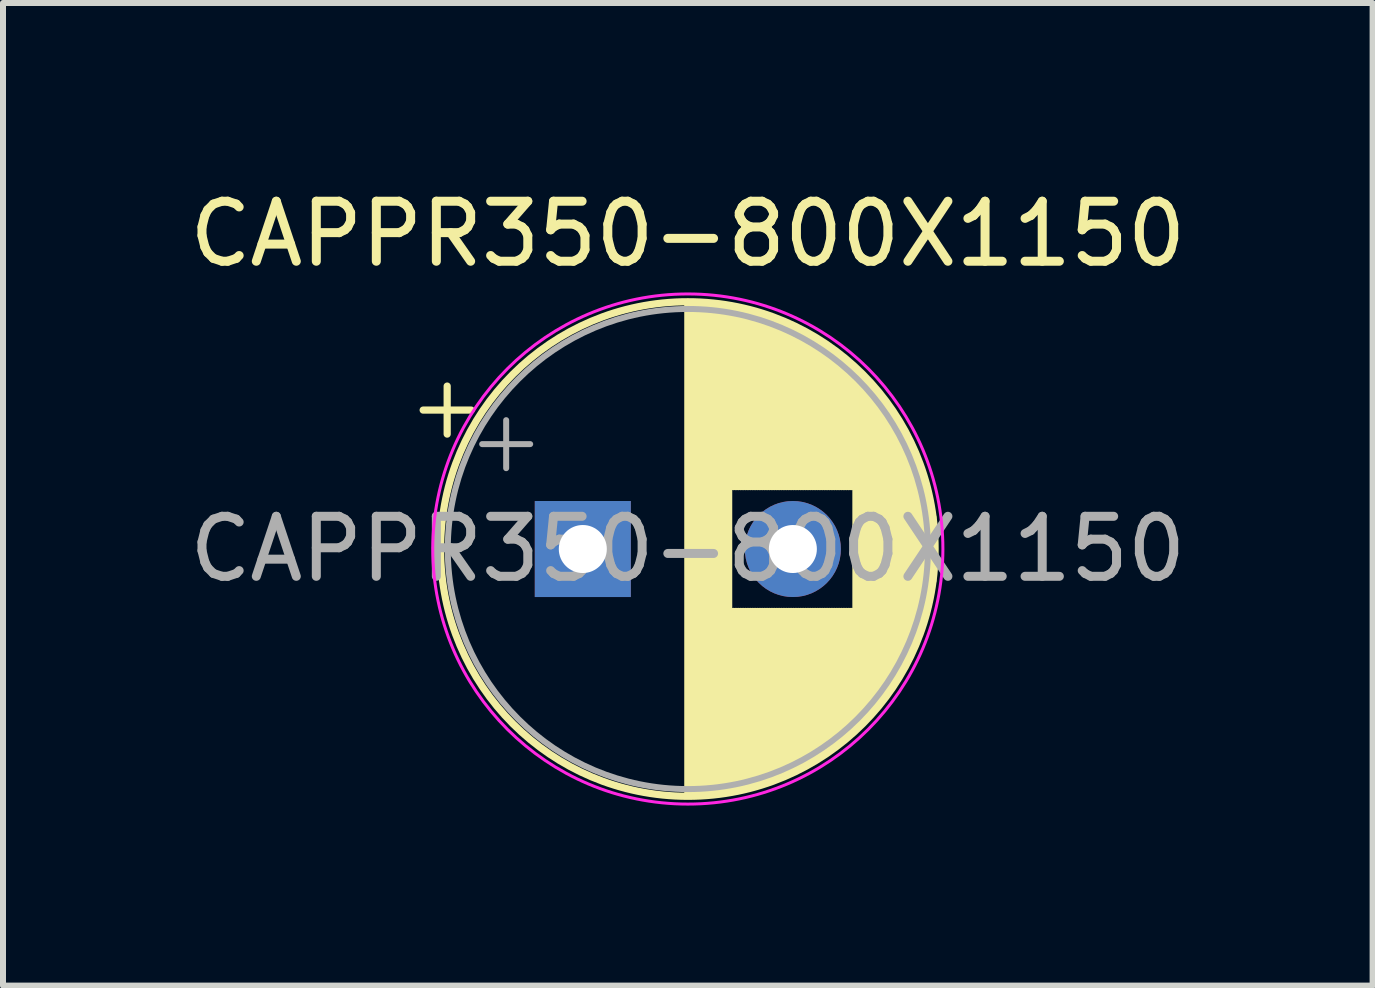
<source format=kicad_pcb>
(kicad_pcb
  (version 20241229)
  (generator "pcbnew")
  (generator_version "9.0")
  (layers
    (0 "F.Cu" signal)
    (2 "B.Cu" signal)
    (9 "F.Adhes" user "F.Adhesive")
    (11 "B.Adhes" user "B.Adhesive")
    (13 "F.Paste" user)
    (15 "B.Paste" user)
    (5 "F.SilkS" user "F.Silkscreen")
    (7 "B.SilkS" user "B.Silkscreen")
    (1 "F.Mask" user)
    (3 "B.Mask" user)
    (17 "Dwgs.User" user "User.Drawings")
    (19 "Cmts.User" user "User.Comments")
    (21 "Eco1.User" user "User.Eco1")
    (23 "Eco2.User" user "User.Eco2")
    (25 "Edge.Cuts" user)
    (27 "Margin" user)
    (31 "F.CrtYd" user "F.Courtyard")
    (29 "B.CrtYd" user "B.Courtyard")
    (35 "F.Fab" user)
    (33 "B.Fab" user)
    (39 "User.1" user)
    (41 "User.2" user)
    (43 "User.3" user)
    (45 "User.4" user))
  (footprint "CAPPR350-800X1150"
    (layer "F.Cu")
    (at 6.661 6.098)
    (property "Reference" "CAPPR350-800X1150" (at 1.75 -5.25 0) (layer "F.SilkS") (effects (font (size 1 1) (thickness 0.15))))
    (attr through_hole)
    (fp_line (start -2.66 -2.315) (end -1.86 -2.315) (stroke (width 0.12) (type solid)) (layer "F.SilkS"))
    (fp_line (start -2.26 -2.715) (end -2.26 -1.915) (stroke (width 0.12) (type solid)) (layer "F.SilkS"))
    (fp_line (start 1.75 -4.08) (end 1.75 4.08) (stroke (width 0.12) (type solid)) (layer "F.SilkS"))
    (fp_line (start 1.79 -4.08) (end 1.79 4.08) (stroke (width 0.12) (type solid)) (layer "F.SilkS"))
    (fp_line (start 1.83 -4.08) (end 1.83 4.08) (stroke (width 0.12) (type solid)) (layer "F.SilkS"))
    (fp_line (start 1.87 -4.079) (end 1.87 4.079) (stroke (width 0.12) (type solid)) (layer "F.SilkS"))
    (fp_line (start 1.91 -4.077) (end 1.91 4.077) (stroke (width 0.12) (type solid)) (layer "F.SilkS"))
    (fp_line (start 1.95 -4.076) (end 1.95 4.076) (stroke (width 0.12) (type solid)) (layer "F.SilkS"))
    (fp_line (start 1.99 -4.074) (end 1.99 4.074) (stroke (width 0.12) (type solid)) (layer "F.SilkS"))
    (fp_line (start 2.03 -4.071) (end 2.03 4.071) (stroke (width 0.12) (type solid)) (layer "F.SilkS"))
    (fp_line (start 2.07 -4.068) (end 2.07 4.068) (stroke (width 0.12) (type solid)) (layer "F.SilkS"))
    (fp_line (start 2.11 -4.065) (end 2.11 4.065) (stroke (width 0.12) (type solid)) (layer "F.SilkS"))
    (fp_line (start 2.15 -4.061) (end 2.15 4.061) (stroke (width 0.12) (type solid)) (layer "F.SilkS"))
    (fp_line (start 2.19 -4.057) (end 2.19 4.057) (stroke (width 0.12) (type solid)) (layer "F.SilkS"))
    (fp_line (start 2.23 -4.052) (end 2.23 4.052) (stroke (width 0.12) (type solid)) (layer "F.SilkS"))
    (fp_line (start 2.27 -4.048) (end 2.27 4.048) (stroke (width 0.12) (type solid)) (layer "F.SilkS"))
    (fp_line (start 2.31 -4.042) (end 2.31 4.042) (stroke (width 0.12) (type solid)) (layer "F.SilkS"))
    (fp_line (start 2.35 -4.037) (end 2.35 4.037) (stroke (width 0.12) (type solid)) (layer "F.SilkS"))
    (fp_line (start 2.39 -4.03) (end 2.39 4.03) (stroke (width 0.12) (type solid)) (layer "F.SilkS"))
    (fp_line (start 2.43 -4.024) (end 2.43 4.024) (stroke (width 0.12) (type solid)) (layer "F.SilkS"))
    (fp_line (start 2.471 -4.017) (end 2.471 -1.04) (stroke (width 0.12) (type solid)) (layer "F.SilkS"))
    (fp_line (start 2.471 1.04) (end 2.471 4.017) (stroke (width 0.12) (type solid)) (layer "F.SilkS"))
    (fp_line (start 2.511 -4.01) (end 2.511 -1.04) (stroke (width 0.12) (type solid)) (layer "F.SilkS"))
    (fp_line (start 2.511 1.04) (end 2.511 4.01) (stroke (width 0.12) (type solid)) (layer "F.SilkS"))
    (fp_line (start 2.551 -4.002) (end 2.551 -1.04) (stroke (width 0.12) (type solid)) (layer "F.SilkS"))
    (fp_line (start 2.551 1.04) (end 2.551 4.002) (stroke (width 0.12) (type solid)) (layer "F.SilkS"))
    (fp_line (start 2.591 -3.994) (end 2.591 -1.04) (stroke (width 0.12) (type solid)) (layer "F.SilkS"))
    (fp_line (start 2.591 1.04) (end 2.591 3.994) (stroke (width 0.12) (type solid)) (layer "F.SilkS"))
    (fp_line (start 2.631 -3.985) (end 2.631 -1.04) (stroke (width 0.12) (type solid)) (layer "F.SilkS"))
    (fp_line (start 2.631 1.04) (end 2.631 3.985) (stroke (width 0.12) (type solid)) (layer "F.SilkS"))
    (fp_line (start 2.671 -3.976) (end 2.671 -1.04) (stroke (width 0.12) (type solid)) (layer "F.SilkS"))
    (fp_line (start 2.671 1.04) (end 2.671 3.976) (stroke (width 0.12) (type solid)) (layer "F.SilkS"))
    (fp_line (start 2.711 -3.967) (end 2.711 -1.04) (stroke (width 0.12) (type solid)) (layer "F.SilkS"))
    (fp_line (start 2.711 1.04) (end 2.711 3.967) (stroke (width 0.12) (type solid)) (layer "F.SilkS"))
    (fp_line (start 2.751 -3.957) (end 2.751 -1.04) (stroke (width 0.12) (type solid)) (layer "F.SilkS"))
    (fp_line (start 2.751 1.04) (end 2.751 3.957) (stroke (width 0.12) (type solid)) (layer "F.SilkS"))
    (fp_line (start 2.791 -3.947) (end 2.791 -1.04) (stroke (width 0.12) (type solid)) (layer "F.SilkS"))
    (fp_line (start 2.791 1.04) (end 2.791 3.947) (stroke (width 0.12) (type solid)) (layer "F.SilkS"))
    (fp_line (start 2.831 -3.936) (end 2.831 -1.04) (stroke (width 0.12) (type solid)) (layer "F.SilkS"))
    (fp_line (start 2.831 1.04) (end 2.831 3.936) (stroke (width 0.12) (type solid)) (layer "F.SilkS"))
    (fp_line (start 2.871 -3.925) (end 2.871 -1.04) (stroke (width 0.12) (type solid)) (layer "F.SilkS"))
    (fp_line (start 2.871 1.04) (end 2.871 3.925) (stroke (width 0.12) (type solid)) (layer "F.SilkS"))
    (fp_line (start 2.911 -3.914) (end 2.911 -1.04) (stroke (width 0.12) (type solid)) (layer "F.SilkS"))
    (fp_line (start 2.911 1.04) (end 2.911 3.914) (stroke (width 0.12) (type solid)) (layer "F.SilkS"))
    (fp_line (start 2.951 -3.902) (end 2.951 -1.04) (stroke (width 0.12) (type solid)) (layer "F.SilkS"))
    (fp_line (start 2.951 1.04) (end 2.951 3.902) (stroke (width 0.12) (type solid)) (layer "F.SilkS"))
    (fp_line (start 2.991 -3.889) (end 2.991 -1.04) (stroke (width 0.12) (type solid)) (layer "F.SilkS"))
    (fp_line (start 2.991 1.04) (end 2.991 3.889) (stroke (width 0.12) (type solid)) (layer "F.SilkS"))
    (fp_line (start 3.031 -3.877) (end 3.031 -1.04) (stroke (width 0.12) (type solid)) (layer "F.SilkS"))
    (fp_line (start 3.031 1.04) (end 3.031 3.877) (stroke (width 0.12) (type solid)) (layer "F.SilkS"))
    (fp_line (start 3.071 -3.863) (end 3.071 -1.04) (stroke (width 0.12) (type solid)) (layer "F.SilkS"))
    (fp_line (start 3.071 1.04) (end 3.071 3.863) (stroke (width 0.12) (type solid)) (layer "F.SilkS"))
    (fp_line (start 3.111 -3.85) (end 3.111 -1.04) (stroke (width 0.12) (type solid)) (layer "F.SilkS"))
    (fp_line (start 3.111 1.04) (end 3.111 3.85) (stroke (width 0.12) (type solid)) (layer "F.SilkS"))
    (fp_line (start 3.151 -3.835) (end 3.151 -1.04) (stroke (width 0.12) (type solid)) (layer "F.SilkS"))
    (fp_line (start 3.151 1.04) (end 3.151 3.835) (stroke (width 0.12) (type solid)) (layer "F.SilkS"))
    (fp_line (start 3.191 -3.821) (end 3.191 -1.04) (stroke (width 0.12) (type solid)) (layer "F.SilkS"))
    (fp_line (start 3.191 1.04) (end 3.191 3.821) (stroke (width 0.12) (type solid)) (layer "F.SilkS"))
    (fp_line (start 3.231 -3.805) (end 3.231 -1.04) (stroke (width 0.12) (type solid)) (layer "F.SilkS"))
    (fp_line (start 3.231 1.04) (end 3.231 3.805) (stroke (width 0.12) (type solid)) (layer "F.SilkS"))
    (fp_line (start 3.271 -3.79) (end 3.271 -1.04) (stroke (width 0.12) (type solid)) (layer "F.SilkS"))
    (fp_line (start 3.271 1.04) (end 3.271 3.79) (stroke (width 0.12) (type solid)) (layer "F.SilkS"))
    (fp_line (start 3.311 -3.774) (end 3.311 -1.04) (stroke (width 0.12) (type solid)) (layer "F.SilkS"))
    (fp_line (start 3.311 1.04) (end 3.311 3.774) (stroke (width 0.12) (type solid)) (layer "F.SilkS"))
    (fp_line (start 3.351 -3.757) (end 3.351 -1.04) (stroke (width 0.12) (type solid)) (layer "F.SilkS"))
    (fp_line (start 3.351 1.04) (end 3.351 3.757) (stroke (width 0.12) (type solid)) (layer "F.SilkS"))
    (fp_line (start 3.391 -3.74) (end 3.391 -1.04) (stroke (width 0.12) (type solid)) (layer "F.SilkS"))
    (fp_line (start 3.391 1.04) (end 3.391 3.74) (stroke (width 0.12) (type solid)) (layer "F.SilkS"))
    (fp_line (start 3.431 -3.722) (end 3.431 -1.04) (stroke (width 0.12) (type solid)) (layer "F.SilkS"))
    (fp_line (start 3.431 1.04) (end 3.431 3.722) (stroke (width 0.12) (type solid)) (layer "F.SilkS"))
    (fp_line (start 3.471 -3.704) (end 3.471 -1.04) (stroke (width 0.12) (type solid)) (layer "F.SilkS"))
    (fp_line (start 3.471 1.04) (end 3.471 3.704) (stroke (width 0.12) (type solid)) (layer "F.SilkS"))
    (fp_line (start 3.511 -3.686) (end 3.511 -1.04) (stroke (width 0.12) (type solid)) (layer "F.SilkS"))
    (fp_line (start 3.511 1.04) (end 3.511 3.686) (stroke (width 0.12) (type solid)) (layer "F.SilkS"))
    (fp_line (start 3.551 -3.666) (end 3.551 -1.04) (stroke (width 0.12) (type solid)) (layer "F.SilkS"))
    (fp_line (start 3.551 1.04) (end 3.551 3.666) (stroke (width 0.12) (type solid)) (layer "F.SilkS"))
    (fp_line (start 3.591 -3.647) (end 3.591 -1.04) (stroke (width 0.12) (type solid)) (layer "F.SilkS"))
    (fp_line (start 3.591 1.04) (end 3.591 3.647) (stroke (width 0.12) (type solid)) (layer "F.SilkS"))
    (fp_line (start 3.631 -3.627) (end 3.631 -1.04) (stroke (width 0.12) (type solid)) (layer "F.SilkS"))
    (fp_line (start 3.631 1.04) (end 3.631 3.627) (stroke (width 0.12) (type solid)) (layer "F.SilkS"))
    (fp_line (start 3.671 -3.606) (end 3.671 -1.04) (stroke (width 0.12) (type solid)) (layer "F.SilkS"))
    (fp_line (start 3.671 1.04) (end 3.671 3.606) (stroke (width 0.12) (type solid)) (layer "F.SilkS"))
    (fp_line (start 3.711 -3.584) (end 3.711 -1.04) (stroke (width 0.12) (type solid)) (layer "F.SilkS"))
    (fp_line (start 3.711 1.04) (end 3.711 3.584) (stroke (width 0.12) (type solid)) (layer "F.SilkS"))
    (fp_line (start 3.751 -3.562) (end 3.751 -1.04) (stroke (width 0.12) (type solid)) (layer "F.SilkS"))
    (fp_line (start 3.751 1.04) (end 3.751 3.562) (stroke (width 0.12) (type solid)) (layer "F.SilkS"))
    (fp_line (start 3.791 -3.54) (end 3.791 -1.04) (stroke (width 0.12) (type solid)) (layer "F.SilkS"))
    (fp_line (start 3.791 1.04) (end 3.791 3.54) (stroke (width 0.12) (type solid)) (layer "F.SilkS"))
    (fp_line (start 3.831 -3.517) (end 3.831 -1.04) (stroke (width 0.12) (type solid)) (layer "F.SilkS"))
    (fp_line (start 3.831 1.04) (end 3.831 3.517) (stroke (width 0.12) (type solid)) (layer "F.SilkS"))
    (fp_line (start 3.871 -3.493) (end 3.871 -1.04) (stroke (width 0.12) (type solid)) (layer "F.SilkS"))
    (fp_line (start 3.871 1.04) (end 3.871 3.493) (stroke (width 0.12) (type solid)) (layer "F.SilkS"))
    (fp_line (start 3.911 -3.469) (end 3.911 -1.04) (stroke (width 0.12) (type solid)) (layer "F.SilkS"))
    (fp_line (start 3.911 1.04) (end 3.911 3.469) (stroke (width 0.12) (type solid)) (layer "F.SilkS"))
    (fp_line (start 3.951 -3.444) (end 3.951 -1.04) (stroke (width 0.12) (type solid)) (layer "F.SilkS"))
    (fp_line (start 3.951 1.04) (end 3.951 3.444) (stroke (width 0.12) (type solid)) (layer "F.SilkS"))
    (fp_line (start 3.991 -3.418) (end 3.991 -1.04) (stroke (width 0.12) (type solid)) (layer "F.SilkS"))
    (fp_line (start 3.991 1.04) (end 3.991 3.418) (stroke (width 0.12) (type solid)) (layer "F.SilkS"))
    (fp_line (start 4.031 -3.392) (end 4.031 -1.04) (stroke (width 0.12) (type solid)) (layer "F.SilkS"))
    (fp_line (start 4.031 1.04) (end 4.031 3.392) (stroke (width 0.12) (type solid)) (layer "F.SilkS"))
    (fp_line (start 4.071 -3.365) (end 4.071 -1.04) (stroke (width 0.12) (type solid)) (layer "F.SilkS"))
    (fp_line (start 4.071 1.04) (end 4.071 3.365) (stroke (width 0.12) (type solid)) (layer "F.SilkS"))
    (fp_line (start 4.111 -3.338) (end 4.111 -1.04) (stroke (width 0.12) (type solid)) (layer "F.SilkS"))
    (fp_line (start 4.111 1.04) (end 4.111 3.338) (stroke (width 0.12) (type solid)) (layer "F.SilkS"))
    (fp_line (start 4.151 -3.309) (end 4.151 -1.04) (stroke (width 0.12) (type solid)) (layer "F.SilkS"))
    (fp_line (start 4.151 1.04) (end 4.151 3.309) (stroke (width 0.12) (type solid)) (layer "F.SilkS"))
    (fp_line (start 4.191 -3.28) (end 4.191 -1.04) (stroke (width 0.12) (type solid)) (layer "F.SilkS"))
    (fp_line (start 4.191 1.04) (end 4.191 3.28) (stroke (width 0.12) (type solid)) (layer "F.SilkS"))
    (fp_line (start 4.231 -3.25) (end 4.231 -1.04) (stroke (width 0.12) (type solid)) (layer "F.SilkS"))
    (fp_line (start 4.231 1.04) (end 4.231 3.25) (stroke (width 0.12) (type solid)) (layer "F.SilkS"))
    (fp_line (start 4.271 -3.22) (end 4.271 -1.04) (stroke (width 0.12) (type solid)) (layer "F.SilkS"))
    (fp_line (start 4.271 1.04) (end 4.271 3.22) (stroke (width 0.12) (type solid)) (layer "F.SilkS"))
    (fp_line (start 4.311 -3.189) (end 4.311 -1.04) (stroke (width 0.12) (type solid)) (layer "F.SilkS"))
    (fp_line (start 4.311 1.04) (end 4.311 3.189) (stroke (width 0.12) (type solid)) (layer "F.SilkS"))
    (fp_line (start 4.351 -3.156) (end 4.351 -1.04) (stroke (width 0.12) (type solid)) (layer "F.SilkS"))
    (fp_line (start 4.351 1.04) (end 4.351 3.156) (stroke (width 0.12) (type solid)) (layer "F.SilkS"))
    (fp_line (start 4.391 -3.124) (end 4.391 -1.04) (stroke (width 0.12) (type solid)) (layer "F.SilkS"))
    (fp_line (start 4.391 1.04) (end 4.391 3.124) (stroke (width 0.12) (type solid)) (layer "F.SilkS"))
    (fp_line (start 4.431 -3.09) (end 4.431 -1.04) (stroke (width 0.12) (type solid)) (layer "F.SilkS"))
    (fp_line (start 4.431 1.04) (end 4.431 3.09) (stroke (width 0.12) (type solid)) (layer "F.SilkS"))
    (fp_line (start 4.471 -3.055) (end 4.471 -1.04) (stroke (width 0.12) (type solid)) (layer "F.SilkS"))
    (fp_line (start 4.471 1.04) (end 4.471 3.055) (stroke (width 0.12) (type solid)) (layer "F.SilkS"))
    (fp_line (start 4.511 -3.019) (end 4.511 -1.04) (stroke (width 0.12) (type solid)) (layer "F.SilkS"))
    (fp_line (start 4.511 1.04) (end 4.511 3.019) (stroke (width 0.12) (type solid)) (layer "F.SilkS"))
    (fp_line (start 4.551 -2.983) (end 4.551 2.983) (stroke (width 0.12) (type solid)) (layer "F.SilkS"))
    (fp_line (start 4.591 -2.945) (end 4.591 2.945) (stroke (width 0.12) (type solid)) (layer "F.SilkS"))
    (fp_line (start 4.631 -2.907) (end 4.631 2.907) (stroke (width 0.12) (type solid)) (layer "F.SilkS"))
    (fp_line (start 4.671 -2.867) (end 4.671 2.867) (stroke (width 0.12) (type solid)) (layer "F.SilkS"))
    (fp_line (start 4.711 -2.826) (end 4.711 2.826) (stroke (width 0.12) (type solid)) (layer "F.SilkS"))
    (fp_line (start 4.751 -2.784) (end 4.751 2.784) (stroke (width 0.12) (type solid)) (layer "F.SilkS"))
    (fp_line (start 4.791 -2.741) (end 4.791 2.741) (stroke (width 0.12) (type solid)) (layer "F.SilkS"))
    (fp_line (start 4.831 -2.697) (end 4.831 2.697) (stroke (width 0.12) (type solid)) (layer "F.SilkS"))
    (fp_line (start 4.871 -2.651) (end 4.871 2.651) (stroke (width 0.12) (type solid)) (layer "F.SilkS"))
    (fp_line (start 4.911 -2.604) (end 4.911 2.604) (stroke (width 0.12) (type solid)) (layer "F.SilkS"))
    (fp_line (start 4.951 -2.556) (end 4.951 2.556) (stroke (width 0.12) (type solid)) (layer "F.SilkS"))
    (fp_line (start 4.991 -2.505) (end 4.991 2.505) (stroke (width 0.12) (type solid)) (layer "F.SilkS"))
    (fp_line (start 5.031 -2.454) (end 5.031 2.454) (stroke (width 0.12) (type solid)) (layer "F.SilkS"))
    (fp_line (start 5.071 -2.4) (end 5.071 2.4) (stroke (width 0.12) (type solid)) (layer "F.SilkS"))
    (fp_line (start 5.111 -2.345) (end 5.111 2.345) (stroke (width 0.12) (type solid)) (layer "F.SilkS"))
    (fp_line (start 5.151 -2.287) (end 5.151 2.287) (stroke (width 0.12) (type solid)) (layer "F.SilkS"))
    (fp_line (start 5.191 -2.228) (end 5.191 2.228) (stroke (width 0.12) (type solid)) (layer "F.SilkS"))
    (fp_line (start 5.231 -2.166) (end 5.231 2.166) (stroke (width 0.12) (type solid)) (layer "F.SilkS"))
    (fp_line (start 5.271 -2.102) (end 5.271 2.102) (stroke (width 0.12) (type solid)) (layer "F.SilkS"))
    (fp_line (start 5.311 -2.034) (end 5.311 2.034) (stroke (width 0.12) (type solid)) (layer "F.SilkS"))
    (fp_line (start 5.351 -1.964) (end 5.351 1.964) (stroke (width 0.12) (type solid)) (layer "F.SilkS"))
    (fp_line (start 5.391 -1.89) (end 5.391 1.89) (stroke (width 0.12) (type solid)) (layer "F.SilkS"))
    (fp_line (start 5.431 -1.813) (end 5.431 1.813) (stroke (width 0.12) (type solid)) (layer "F.SilkS"))
    (fp_line (start 5.471 -1.731) (end 5.471 1.731) (stroke (width 0.12) (type solid)) (layer "F.SilkS"))
    (fp_line (start 5.511 -1.645) (end 5.511 1.645) (stroke (width 0.12) (type solid)) (layer "F.SilkS"))
    (fp_line (start 5.551 -1.552) (end 5.551 1.552) (stroke (width 0.12) (type solid)) (layer "F.SilkS"))
    (fp_line (start 5.591 -1.453) (end 5.591 1.453) (stroke (width 0.12) (type solid)) (layer "F.SilkS"))
    (fp_line (start 5.631 -1.346) (end 5.631 1.346) (stroke (width 0.12) (type solid)) (layer "F.SilkS"))
    (fp_line (start 5.671 -1.229) (end 5.671 1.229) (stroke (width 0.12) (type solid)) (layer "F.SilkS"))
    (fp_line (start 5.711 -1.098) (end 5.711 1.098) (stroke (width 0.12) (type solid)) (layer "F.SilkS"))
    (fp_line (start 5.751 -0.948) (end 5.751 0.948) (stroke (width 0.12) (type solid)) (layer "F.SilkS"))
    (fp_line (start 5.791 -0.768) (end 5.791 0.768) (stroke (width 0.12) (type solid)) (layer "F.SilkS"))
    (fp_line (start 5.831 -0.533) (end 5.831 0.533) (stroke (width 0.12) (type solid)) (layer "F.SilkS"))
    (fp_circle (center 1.75 0) (end 5.87 0) (stroke (width 0.12) (type solid)) (fill no) (layer "F.SilkS"))
    (fp_circle (center 1.75 0) (end 6 0) (stroke (width 0.05) (type solid)) (fill no) (layer "F.CrtYd"))
    (fp_line (start -1.677 -1.748) (end -0.877 -1.748) (stroke (width 0.1) (type solid)) (layer "F.Fab"))
    (fp_line (start -1.277 -2.147) (end -1.277 -1.347) (stroke (width 0.1) (type solid)) (layer "F.Fab"))
    (fp_circle (center 1.75 0) (end 5.75 0) (stroke (width 0.1) (type solid)) (fill no) (layer "F.Fab"))
    (fp_text user "${REFERENCE}" (at 1.75 0 0) (layer "F.Fab") (effects (font (size 1 1) (thickness 0.15))))
    (pad "1" thru_hole rect (at 0 0) (size 1.6 1.6) (drill 0.8) (layers "*.Cu" "*.Mask"))
    (pad "2" thru_hole circle (at 3.5 0) (size 1.6 1.6) (drill 0.8) (layers "*.Cu" "*.Mask")))
  (gr_rect
    (start -3 -3)
    (end 19.821 13.373)
    (stroke (width 0.1) (type default))
    (fill no)
    (layer "Edge.Cuts")))
</source>
